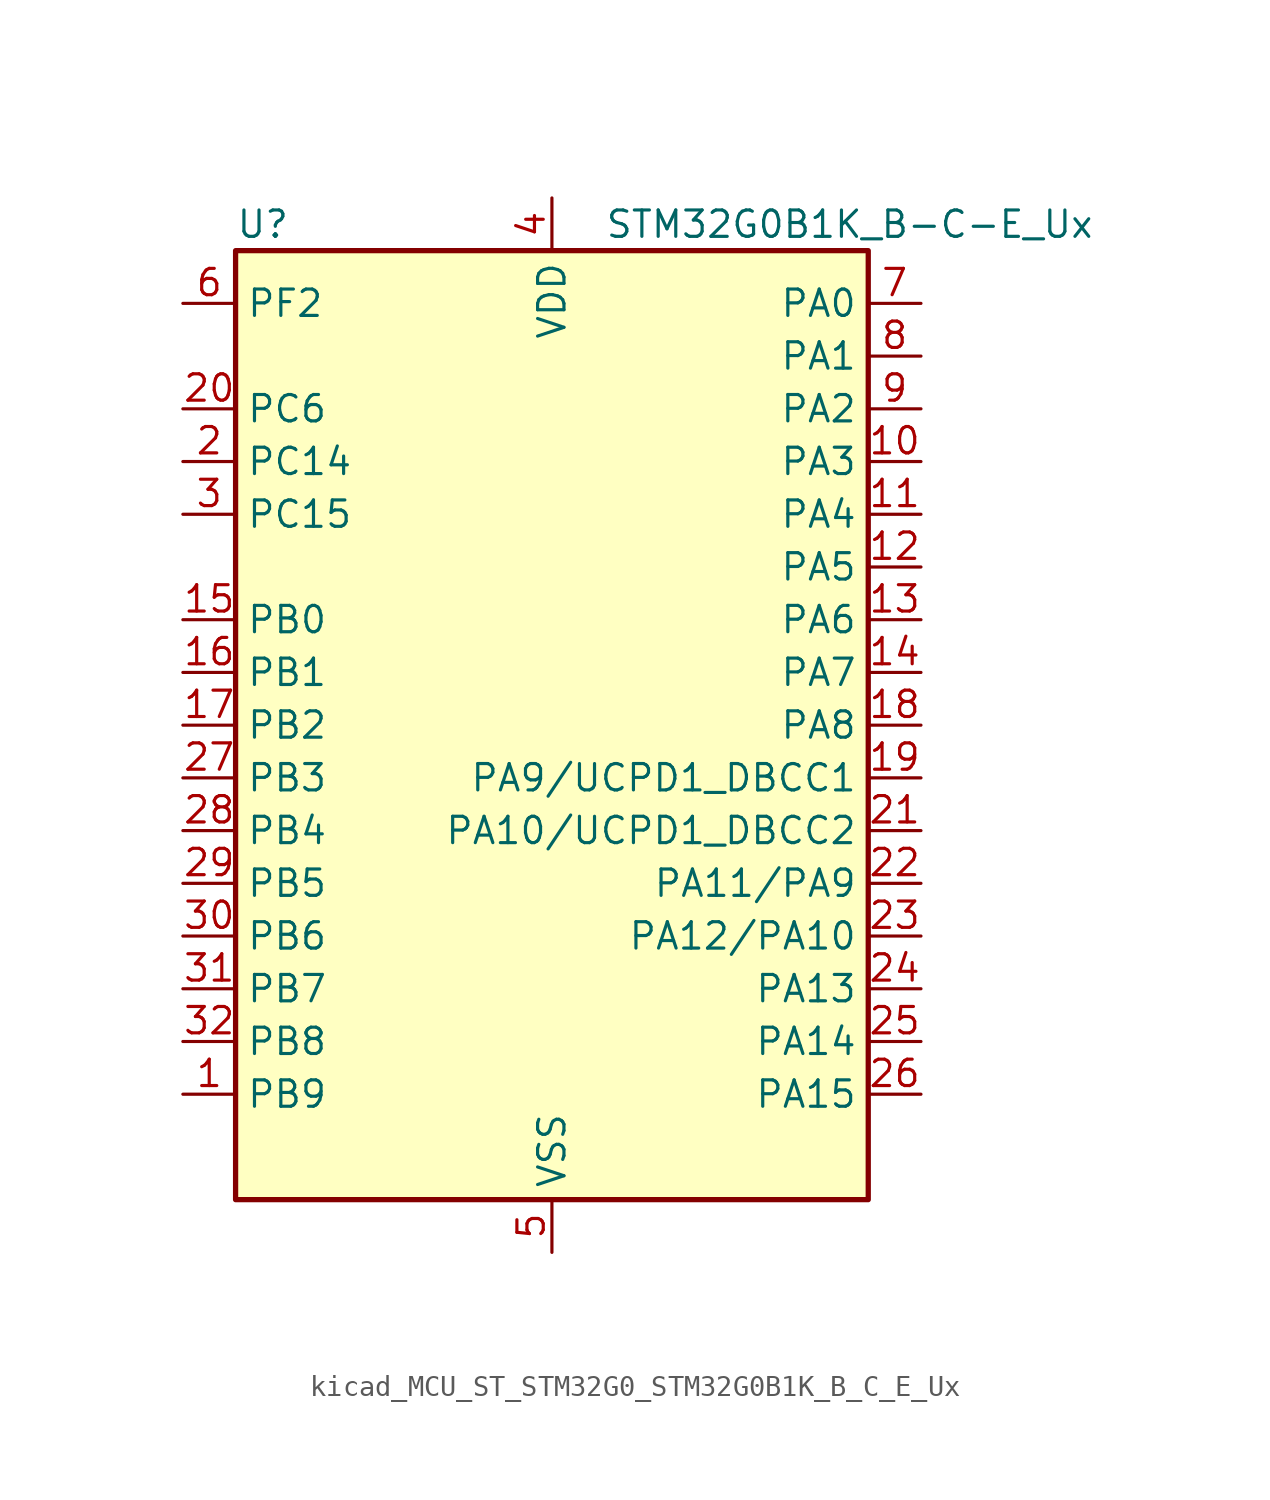
<source format=kicad_sym>
(kicad_symbol_lib
  (version 20220914)
  (generator kicad_symbol_editor)
  (symbol "kicad_MCU_ST_STM32G0_STM32G0B1K_B_C_E_Ux"
    (property "Reference" "U"
      (at -15.24 24.13 0)
      (effects (font (size 1.27 1.27)) (justify left)))
    (property "Value" "STM32G0B1K_B-C-E_Ux"
      (at 2.54 24.13 0)
      (effects (font (size 1.27 1.27)) (justify left)))
    (property "ki_locked" ""
      (at 0 0 0)
      (effects (font (size 1.27 1.27))))
    (symbol "kicad_MCU_ST_STM32G0_STM32G0B1K_B_C_E_Ux_0_1"
      (rectangle (start -15.24 -22.86) (end 15.24 22.86) (stroke (width 0.254) (type default)) (fill (type background))))
    (symbol "kicad_MCU_ST_STM32G0_STM32G0B1K_B_C_E_Ux_1_1"
      (pin bidirectional line (at -17.78 -17.78 0) (length 2.54) (name "PB9" (effects (font (size 1.27 1.27)))) (number "1" (effects (font (size 1.27 1.27)))) (alternate "DAC1_EXTI9" bidirectional line) (alternate "FDCAN1_TX" bidirectional line) (alternate "I2C1_SDA" bidirectional line) (alternate "I2S2_WS" bidirectional line) (alternate "IR_OUT" bidirectional line) (alternate "SPI2_NSS" bidirectional line) (alternate "TIM17_CH1" bidirectional line) (alternate "TIM4_CH4" bidirectional line) (alternate "USART3_RX" bidirectional line) (alternate "USART6_RX" bidirectional line))
      (pin bidirectional line (at 17.78 12.7 180) (length 2.54) (name "PA3" (effects (font (size 1.27 1.27)))) (number "10" (effects (font (size 1.27 1.27)))) (alternate "ADC1_IN3" bidirectional line) (alternate "COMP2_INP" bidirectional line) (alternate "I2S2_MCK" bidirectional line) (alternate "LPUART1_RX" bidirectional line) (alternate "SPI2_MISO" bidirectional line) (alternate "TIM15_CH2" bidirectional line) (alternate "TIM2_CH4" bidirectional line) (alternate "USART2_RX" bidirectional line))
      (pin bidirectional line (at 17.78 10.16 180) (length 2.54) (name "PA4" (effects (font (size 1.27 1.27)))) (number "11" (effects (font (size 1.27 1.27)))) (alternate "ADC1_IN4" bidirectional line) (alternate "DAC1_OUT1" bidirectional line) (alternate "I2S1_WS" bidirectional line) (alternate "I2S2_SD" bidirectional line) (alternate "LPTIM2_OUT" bidirectional line) (alternate "RTC_OUT1" bidirectional line) (alternate "RTC_TAMP_IN1" bidirectional line) (alternate "RTC_TS" bidirectional line) (alternate "SPI1_NSS" bidirectional line) (alternate "SPI2_MOSI" bidirectional line) (alternate "SPI3_NSS" bidirectional line) (alternate "SYS_WKUP2" bidirectional line) (alternate "TIM14_CH1" bidirectional line) (alternate "USART6_TX" bidirectional line) (alternate "USB_NOE" bidirectional line))
      (pin bidirectional line (at 17.78 7.62 180) (length 2.54) (name "PA5" (effects (font (size 1.27 1.27)))) (number "12" (effects (font (size 1.27 1.27)))) (alternate "ADC1_IN5" bidirectional line) (alternate "CEC" bidirectional line) (alternate "DAC1_OUT2" bidirectional line) (alternate "I2S1_CK" bidirectional line) (alternate "LPTIM2_ETR" bidirectional line) (alternate "SPI1_SCK" bidirectional line) (alternate "TIM2_CH1" bidirectional line) (alternate "TIM2_ETR" bidirectional line) (alternate "UCPD1_FRSTX1" bidirectional line) (alternate "UCPD1_FRSTX2" bidirectional line) (alternate "USART3_TX" bidirectional line) (alternate "USART6_RX" bidirectional line))
      (pin bidirectional line (at 17.78 5.08 180) (length 2.54) (name "PA6" (effects (font (size 1.27 1.27)))) (number "13" (effects (font (size 1.27 1.27)))) (alternate "ADC1_IN6" bidirectional line) (alternate "COMP1_OUT" bidirectional line) (alternate "I2C2_SDA" bidirectional line) (alternate "I2C3_SDA" bidirectional line) (alternate "I2S1_MCK" bidirectional line) (alternate "LPUART1_CTS" bidirectional line) (alternate "SPI1_MISO" bidirectional line) (alternate "TIM16_CH1" bidirectional line) (alternate "TIM1_BK" bidirectional line) (alternate "TIM3_CH1" bidirectional line) (alternate "USART3_CTS" bidirectional line) (alternate "USART3_NSS" bidirectional line) (alternate "USART6_CTS" bidirectional line) (alternate "USART6_NSS" bidirectional line))
      (pin bidirectional line (at 17.78 2.54 180) (length 2.54) (name "PA7" (effects (font (size 1.27 1.27)))) (number "14" (effects (font (size 1.27 1.27)))) (alternate "ADC1_IN7" bidirectional line) (alternate "COMP2_OUT" bidirectional line) (alternate "I2C2_SCL" bidirectional line) (alternate "I2C3_SCL" bidirectional line) (alternate "I2S1_SD" bidirectional line) (alternate "SPI1_MOSI" bidirectional line) (alternate "TIM14_CH1" bidirectional line) (alternate "TIM17_CH1" bidirectional line) (alternate "TIM1_CH1N" bidirectional line) (alternate "TIM3_CH2" bidirectional line) (alternate "UCPD1_FRSTX1" bidirectional line) (alternate "UCPD1_FRSTX2" bidirectional line) (alternate "USART6_CK" bidirectional line) (alternate "USART6_DE" bidirectional line) (alternate "USART6_RTS" bidirectional line))
      (pin bidirectional line (at -17.78 5.08 0) (length 2.54) (name "PB0" (effects (font (size 1.27 1.27)))) (number "15" (effects (font (size 1.27 1.27)))) (alternate "ADC1_IN8" bidirectional line) (alternate "COMP1_OUT" bidirectional line) (alternate "COMP3_INP" bidirectional line) (alternate "FDCAN2_RX" bidirectional line) (alternate "I2S1_WS" bidirectional line) (alternate "LPTIM1_OUT" bidirectional line) (alternate "LPUART2_CTS" bidirectional line) (alternate "SPI1_NSS" bidirectional line) (alternate "TIM1_CH2N" bidirectional line) (alternate "TIM3_CH3" bidirectional line) (alternate "UCPD1_FRSTX1" bidirectional line) (alternate "UCPD1_FRSTX2" bidirectional line) (alternate "USART3_RX" bidirectional line) (alternate "USART5_TX" bidirectional line))
      (pin bidirectional line (at -17.78 2.54 0) (length 2.54) (name "PB1" (effects (font (size 1.27 1.27)))) (number "16" (effects (font (size 1.27 1.27)))) (alternate "ADC1_IN9" bidirectional line) (alternate "COMP1_INM" bidirectional line) (alternate "COMP3_OUT" bidirectional line) (alternate "FDCAN2_TX" bidirectional line) (alternate "LPTIM2_IN1" bidirectional line) (alternate "LPUART1_DE" bidirectional line) (alternate "LPUART1_RTS" bidirectional line) (alternate "LPUART2_DE" bidirectional line) (alternate "LPUART2_RTS" bidirectional line) (alternate "TIM14_CH1" bidirectional line) (alternate "TIM1_CH3N" bidirectional line) (alternate "TIM3_CH4" bidirectional line) (alternate "USART3_CK" bidirectional line) (alternate "USART3_DE" bidirectional line) (alternate "USART3_RTS" bidirectional line) (alternate "USART5_RX" bidirectional line))
      (pin bidirectional line (at -17.78 0 0) (length 2.54) (name "PB2" (effects (font (size 1.27 1.27)))) (number "17" (effects (font (size 1.27 1.27)))) (alternate "ADC1_IN10" bidirectional line) (alternate "COMP1_INP" bidirectional line) (alternate "COMP3_INM" bidirectional line) (alternate "I2S2_MCK" bidirectional line) (alternate "LPTIM1_OUT" bidirectional line) (alternate "RCC_MCO_2" bidirectional line) (alternate "SPI2_MISO" bidirectional line) (alternate "USART3_TX" bidirectional line))
      (pin bidirectional line (at 17.78 0 180) (length 2.54) (name "PA8" (effects (font (size 1.27 1.27)))) (number "18" (effects (font (size 1.27 1.27)))) (alternate "CRS1_SYNC" bidirectional line) (alternate "I2C2_SMBA" bidirectional line) (alternate "I2S2_WS" bidirectional line) (alternate "LPTIM2_OUT" bidirectional line) (alternate "RCC_MCO" bidirectional line) (alternate "SPI2_NSS" bidirectional line) (alternate "TIM1_CH1" bidirectional line) (alternate "UCPD1_CC1" bidirectional line))
      (pin bidirectional line (at 17.78 -2.54 180) (length 2.54) (name "PA9/UCPD1_DBCC1" (effects (font (size 1.27 1.27)))) (number "19" (effects (font (size 1.27 1.27)))) (alternate "DAC1_EXTI9" bidirectional line) (alternate "I2C1_SCL" bidirectional line) (alternate "I2C2_SCL" bidirectional line) (alternate "I2S2_MCK" bidirectional line) (alternate "RCC_MCO" bidirectional line) (alternate "SPI2_MISO" bidirectional line) (alternate "TIM15_BK" bidirectional line) (alternate "TIM1_CH2" bidirectional line) (alternate "UCPD1_DBCC1" bidirectional line) (alternate "USART1_TX" bidirectional line))
      (pin bidirectional line (at -17.78 12.7 0) (length 2.54) (name "PC14" (effects (font (size 1.27 1.27)))) (number "2" (effects (font (size 1.27 1.27)))) (alternate "RCC_OSC32_IN" bidirectional line) (alternate "RCC_OSC_IN" bidirectional line) (alternate "TIM1_BK2" bidirectional line))
      (pin bidirectional line (at -17.78 15.24 0) (length 2.54) (name "PC6" (effects (font (size 1.27 1.27)))) (number "20" (effects (font (size 1.27 1.27)))) (alternate "LPUART2_TX" bidirectional line) (alternate "TIM2_CH3" bidirectional line) (alternate "TIM3_CH1" bidirectional line) (alternate "UCPD1_FRSTX1" bidirectional line) (alternate "UCPD1_FRSTX2" bidirectional line))
      (pin bidirectional line (at 17.78 -5.08 180) (length 2.54) (name "PA10/UCPD1_DBCC2" (effects (font (size 1.27 1.27)))) (number "21" (effects (font (size 1.27 1.27)))) (alternate "I2C1_SDA" bidirectional line) (alternate "I2C2_SDA" bidirectional line) (alternate "I2S2_SD" bidirectional line) (alternate "RCC_MCO_2" bidirectional line) (alternate "SPI2_MOSI" bidirectional line) (alternate "TIM17_BK" bidirectional line) (alternate "TIM1_CH3" bidirectional line) (alternate "UCPD1_DBCC2" bidirectional line) (alternate "USART1_RX" bidirectional line))
      (pin bidirectional line (at 17.78 -7.62 180) (length 2.54) (name "PA11/PA9" (effects (font (size 1.27 1.27)))) (number "22" (effects (font (size 1.27 1.27)))) (alternate "ADC1_EXTI11" bidirectional line) (alternate "COMP1_OUT" bidirectional line) (alternate "FDCAN1_RX" bidirectional line) (alternate "I2C2_SCL" bidirectional line) (alternate "I2S1_MCK" bidirectional line) (alternate "SPI1_MISO" bidirectional line) (alternate "TIM1_BK2" bidirectional line) (alternate "TIM1_CH4" bidirectional line) (alternate "USART1_CTS" bidirectional line) (alternate "USART1_NSS" bidirectional line) (alternate "USB_DM" bidirectional line))
      (pin bidirectional line (at 17.78 -10.16 180) (length 2.54) (name "PA12/PA10" (effects (font (size 1.27 1.27)))) (number "23" (effects (font (size 1.27 1.27)))) (alternate "COMP2_OUT" bidirectional line) (alternate "FDCAN1_TX" bidirectional line) (alternate "I2C2_SDA" bidirectional line) (alternate "I2S1_SD" bidirectional line) (alternate "I2S_CKIN" bidirectional line) (alternate "SPI1_MOSI" bidirectional line) (alternate "TIM1_ETR" bidirectional line) (alternate "USART1_CK" bidirectional line) (alternate "USART1_DE" bidirectional line) (alternate "USART1_RTS" bidirectional line) (alternate "USB_DP" bidirectional line))
      (pin bidirectional line (at 17.78 -12.7 180) (length 2.54) (name "PA13" (effects (font (size 1.27 1.27)))) (number "24" (effects (font (size 1.27 1.27)))) (alternate "IR_OUT" bidirectional line) (alternate "LPUART2_RX" bidirectional line) (alternate "SYS_SWDIO" bidirectional line) (alternate "USB_NOE" bidirectional line))
      (pin bidirectional line (at 17.78 -15.24 180) (length 2.54) (name "PA14" (effects (font (size 1.27 1.27)))) (number "25" (effects (font (size 1.27 1.27)))) (alternate "LPUART2_TX" bidirectional line) (alternate "SYS_SWCLK" bidirectional line) (alternate "USART2_TX" bidirectional line))
      (pin bidirectional line (at 17.78 -17.78 180) (length 2.54) (name "PA15" (effects (font (size 1.27 1.27)))) (number "26" (effects (font (size 1.27 1.27)))) (alternate "I2C2_SMBA" bidirectional line) (alternate "I2S1_WS" bidirectional line) (alternate "RCC_MCO_2" bidirectional line) (alternate "SPI1_NSS" bidirectional line) (alternate "SPI3_NSS" bidirectional line) (alternate "TIM2_CH1" bidirectional line) (alternate "TIM2_ETR" bidirectional line) (alternate "USART2_RX" bidirectional line) (alternate "USART3_CK" bidirectional line) (alternate "USART3_DE" bidirectional line) (alternate "USART3_RTS" bidirectional line) (alternate "USART4_CK" bidirectional line) (alternate "USART4_DE" bidirectional line) (alternate "USART4_RTS" bidirectional line) (alternate "USB_NOE" bidirectional line))
      (pin bidirectional line (at -17.78 -2.54 0) (length 2.54) (name "PB3" (effects (font (size 1.27 1.27)))) (number "27" (effects (font (size 1.27 1.27)))) (alternate "COMP2_INM" bidirectional line) (alternate "I2C2_SCL" bidirectional line) (alternate "I2C3_SCL" bidirectional line) (alternate "I2S1_CK" bidirectional line) (alternate "SPI1_SCK" bidirectional line) (alternate "SPI3_SCK" bidirectional line) (alternate "TIM1_CH2" bidirectional line) (alternate "TIM2_CH2" bidirectional line) (alternate "USART1_CK" bidirectional line) (alternate "USART1_DE" bidirectional line) (alternate "USART1_RTS" bidirectional line) (alternate "USART5_TX" bidirectional line))
      (pin bidirectional line (at -17.78 -5.08 0) (length 2.54) (name "PB4" (effects (font (size 1.27 1.27)))) (number "28" (effects (font (size 1.27 1.27)))) (alternate "COMP2_INP" bidirectional line) (alternate "I2C2_SDA" bidirectional line) (alternate "I2C3_SDA" bidirectional line) (alternate "I2S1_MCK" bidirectional line) (alternate "SPI1_MISO" bidirectional line) (alternate "SPI3_MISO" bidirectional line) (alternate "TIM17_BK" bidirectional line) (alternate "TIM3_CH1" bidirectional line) (alternate "USART1_CTS" bidirectional line) (alternate "USART1_NSS" bidirectional line) (alternate "USART5_RX" bidirectional line))
      (pin bidirectional line (at -17.78 -7.62 0) (length 2.54) (name "PB5" (effects (font (size 1.27 1.27)))) (number "29" (effects (font (size 1.27 1.27)))) (alternate "COMP2_OUT" bidirectional line) (alternate "FDCAN2_RX" bidirectional line) (alternate "I2C1_SMBA" bidirectional line) (alternate "I2S1_SD" bidirectional line) (alternate "LPTIM1_IN1" bidirectional line) (alternate "SPI1_MOSI" bidirectional line) (alternate "SPI3_MOSI" bidirectional line) (alternate "SYS_WKUP6" bidirectional line) (alternate "TIM16_BK" bidirectional line) (alternate "TIM3_CH2" bidirectional line) (alternate "USART5_CK" bidirectional line) (alternate "USART5_DE" bidirectional line) (alternate "USART5_RTS" bidirectional line))
      (pin bidirectional line (at -17.78 10.16 0) (length 2.54) (name "PC15" (effects (font (size 1.27 1.27)))) (number "3" (effects (font (size 1.27 1.27)))) (alternate "RCC_OSC32_EN" bidirectional line) (alternate "RCC_OSC32_OUT" bidirectional line) (alternate "RCC_OSC_EN" bidirectional line) (alternate "TIM15_BK" bidirectional line))
      (pin bidirectional line (at -17.78 -10.16 0) (length 2.54) (name "PB6" (effects (font (size 1.27 1.27)))) (number "30" (effects (font (size 1.27 1.27)))) (alternate "COMP2_INP" bidirectional line) (alternate "FDCAN2_TX" bidirectional line) (alternate "I2C1_SCL" bidirectional line) (alternate "I2S2_MCK" bidirectional line) (alternate "LPTIM1_ETR" bidirectional line) (alternate "LPUART2_TX" bidirectional line) (alternate "SPI2_MISO" bidirectional line) (alternate "TIM16_CH1N" bidirectional line) (alternate "TIM1_CH3" bidirectional line) (alternate "TIM4_CH1" bidirectional line) (alternate "USART1_TX" bidirectional line) (alternate "USART5_CTS" bidirectional line) (alternate "USART5_NSS" bidirectional line))
      (pin bidirectional line (at -17.78 -12.7 0) (length 2.54) (name "PB7" (effects (font (size 1.27 1.27)))) (number "31" (effects (font (size 1.27 1.27)))) (alternate "COMP2_INM" bidirectional line) (alternate "I2C1_SDA" bidirectional line) (alternate "I2S2_SD" bidirectional line) (alternate "LPTIM1_IN2" bidirectional line) (alternate "LPUART2_RX" bidirectional line) (alternate "SPI2_MOSI" bidirectional line) (alternate "SYS_PVD_IN" bidirectional line) (alternate "TIM17_CH1N" bidirectional line) (alternate "TIM4_CH2" bidirectional line) (alternate "USART1_RX" bidirectional line) (alternate "USART4_CTS" bidirectional line) (alternate "USART4_NSS" bidirectional line))
      (pin bidirectional line (at -17.78 -15.24 0) (length 2.54) (name "PB8" (effects (font (size 1.27 1.27)))) (number "32" (effects (font (size 1.27 1.27)))) (alternate "CEC" bidirectional line) (alternate "FDCAN1_RX" bidirectional line) (alternate "I2C1_SCL" bidirectional line) (alternate "I2S2_CK" bidirectional line) (alternate "SPI2_SCK" bidirectional line) (alternate "TIM15_BK" bidirectional line) (alternate "TIM16_CH1" bidirectional line) (alternate "TIM4_CH3" bidirectional line) (alternate "USART3_TX" bidirectional line) (alternate "USART6_TX" bidirectional line))
      (pin passive line (at 0 -25.4 90) (length 2.54) hide (name "VSS" (effects (font (size 1.27 1.27)))) (number "33" (effects (font (size 1.27 1.27)))))
      (pin power_in line (at 0 25.4 270) (length 2.54) (name "VDD" (effects (font (size 1.27 1.27)))) (number "4" (effects (font (size 1.27 1.27)))))
      (pin power_in line (at 0 -25.4 90) (length 2.54) (name "VSS" (effects (font (size 1.27 1.27)))) (number "5" (effects (font (size 1.27 1.27)))))
      (pin bidirectional line (at -17.78 20.32 0) (length 2.54) (name "PF2" (effects (font (size 1.27 1.27)))) (number "6" (effects (font (size 1.27 1.27)))) (alternate "LPUART2_DE" bidirectional line) (alternate "LPUART2_RTS" bidirectional line) (alternate "LPUART2_TX" bidirectional line) (alternate "RCC_MCO" bidirectional line))
      (pin bidirectional line (at 17.78 20.32 180) (length 2.54) (name "PA0" (effects (font (size 1.27 1.27)))) (number "7" (effects (font (size 1.27 1.27)))) (alternate "ADC1_IN0" bidirectional line) (alternate "COMP1_INM" bidirectional line) (alternate "COMP1_OUT" bidirectional line) (alternate "I2S2_CK" bidirectional line) (alternate "LPTIM1_OUT" bidirectional line) (alternate "RTC_TAMP_IN2" bidirectional line) (alternate "SPI2_SCK" bidirectional line) (alternate "SYS_WKUP1" bidirectional line) (alternate "TIM2_CH1" bidirectional line) (alternate "TIM2_ETR" bidirectional line) (alternate "USART2_CTS" bidirectional line) (alternate "USART2_NSS" bidirectional line) (alternate "USART4_TX" bidirectional line))
      (pin bidirectional line (at 17.78 17.78 180) (length 2.54) (name "PA1" (effects (font (size 1.27 1.27)))) (number "8" (effects (font (size 1.27 1.27)))) (alternate "ADC1_IN1" bidirectional line) (alternate "COMP1_INP" bidirectional line) (alternate "I2C1_SMBA" bidirectional line) (alternate "I2S1_CK" bidirectional line) (alternate "SPI1_SCK" bidirectional line) (alternate "TIM15_CH1N" bidirectional line) (alternate "TIM2_CH2" bidirectional line) (alternate "USART2_CK" bidirectional line) (alternate "USART2_DE" bidirectional line) (alternate "USART2_RTS" bidirectional line) (alternate "USART4_RX" bidirectional line))
      (pin bidirectional line (at 17.78 15.24 180) (length 2.54) (name "PA2" (effects (font (size 1.27 1.27)))) (number "9" (effects (font (size 1.27 1.27)))) (alternate "ADC1_IN2" bidirectional line) (alternate "COMP2_INM" bidirectional line) (alternate "COMP2_OUT" bidirectional line) (alternate "I2S1_SD" bidirectional line) (alternate "LPUART1_TX" bidirectional line) (alternate "RCC_LSCO" bidirectional line) (alternate "SPI1_MOSI" bidirectional line) (alternate "SYS_WKUP4" bidirectional line) (alternate "TIM15_CH1" bidirectional line) (alternate "TIM2_CH3" bidirectional line) (alternate "UCPD1_FRSTX1" bidirectional line) (alternate "UCPD1_FRSTX2" bidirectional line) (alternate "USART2_TX" bidirectional line)))))
</source>
